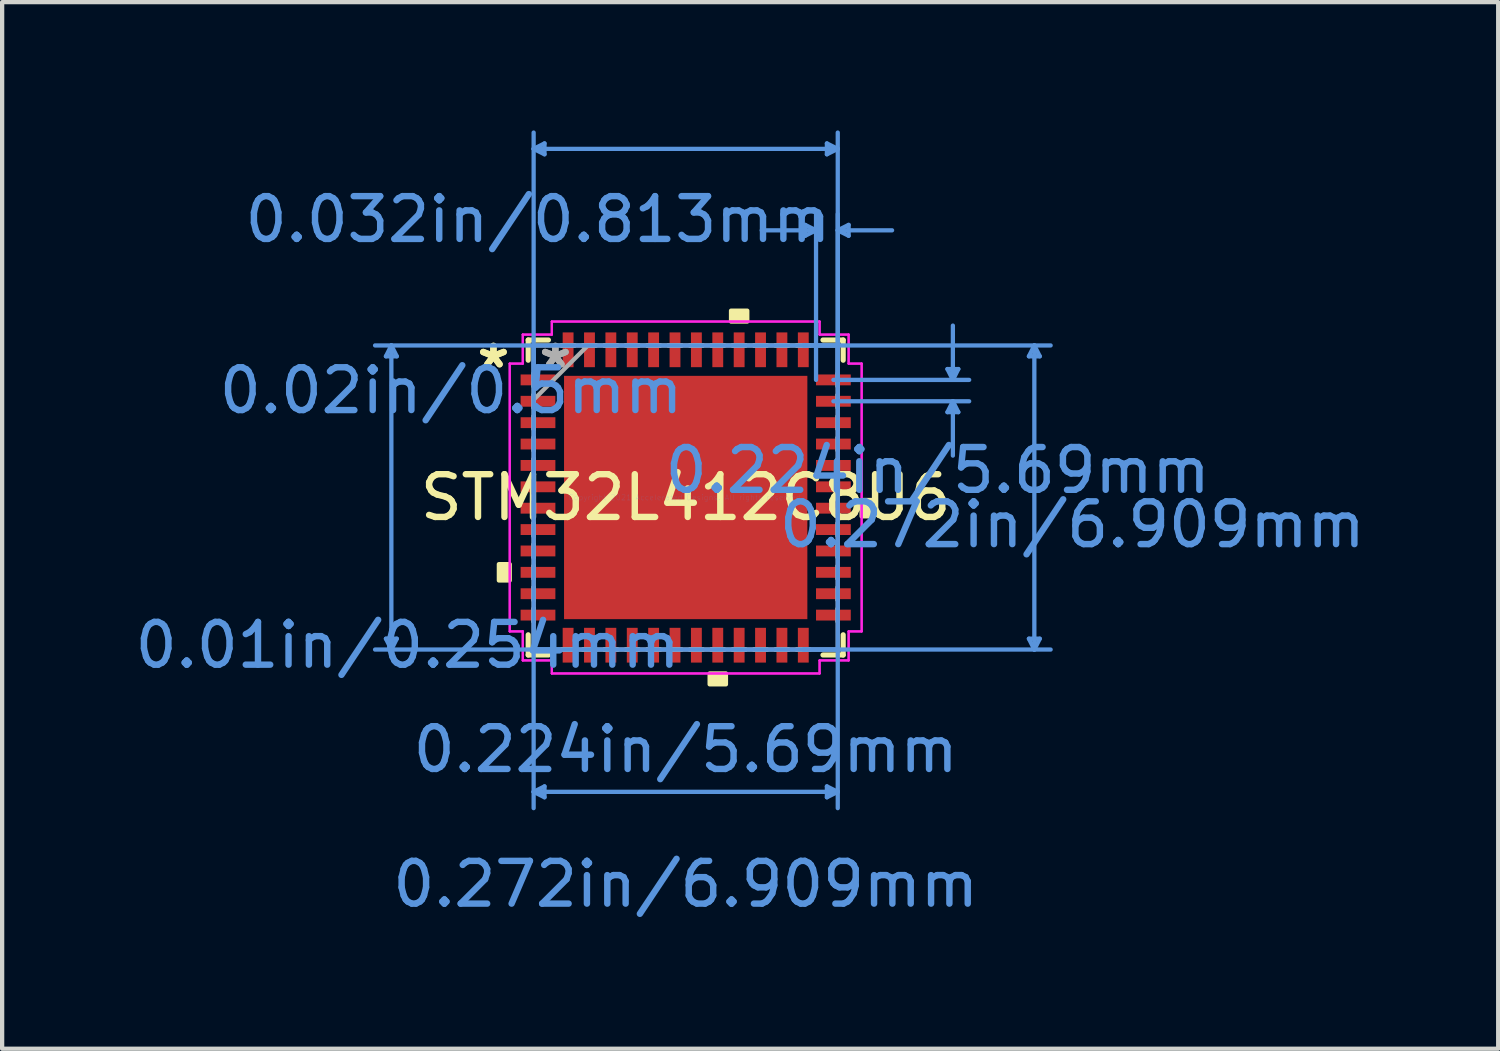
<source format=kicad_pcb>
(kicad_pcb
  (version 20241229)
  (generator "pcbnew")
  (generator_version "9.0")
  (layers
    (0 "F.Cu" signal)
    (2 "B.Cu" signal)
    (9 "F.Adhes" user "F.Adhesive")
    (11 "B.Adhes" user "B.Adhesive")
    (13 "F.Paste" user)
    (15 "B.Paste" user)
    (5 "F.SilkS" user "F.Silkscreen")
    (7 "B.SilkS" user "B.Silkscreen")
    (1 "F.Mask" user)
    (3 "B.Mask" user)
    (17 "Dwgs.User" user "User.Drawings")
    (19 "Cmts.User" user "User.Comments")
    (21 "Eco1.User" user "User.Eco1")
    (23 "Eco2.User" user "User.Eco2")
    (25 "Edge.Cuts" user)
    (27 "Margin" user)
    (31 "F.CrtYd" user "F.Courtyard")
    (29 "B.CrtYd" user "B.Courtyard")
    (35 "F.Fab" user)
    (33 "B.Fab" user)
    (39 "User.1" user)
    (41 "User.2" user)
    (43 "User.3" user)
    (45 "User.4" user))
  (footprint "STM32L412C8U6"
    (layer "F.Cu")
    (at 12.985 8.584)
    (property "Reference" "STM32L412C8U6" (at 0 0 0) (layer "F.SilkS") (effects (font (size 1 1) (thickness 0.15))))
    (attr through_hole)
    (fp_line (start -3.683 -3.683) (end -3.683 -3.21) (stroke (width 0.12) (type solid)) (layer "F.SilkS"))
    (fp_line (start -3.683 3.21) (end -3.683 3.683) (stroke (width 0.12) (type solid)) (layer "F.SilkS"))
    (fp_line (start -3.683 3.683) (end -3.21 3.683) (stroke (width 0.12) (type solid)) (layer "F.SilkS"))
    (fp_line (start -3.21 -3.683) (end -3.683 -3.683) (stroke (width 0.12) (type solid)) (layer "F.SilkS"))
    (fp_line (start 3.21 3.683) (end 3.683 3.683) (stroke (width 0.12) (type solid)) (layer "F.SilkS"))
    (fp_line (start 3.683 -3.683) (end 3.21 -3.683) (stroke (width 0.12) (type solid)) (layer "F.SilkS"))
    (fp_line (start 3.683 -3.21) (end 3.683 -3.683) (stroke (width 0.12) (type solid)) (layer "F.SilkS"))
    (fp_line (start 3.683 3.683) (end 3.683 3.21) (stroke (width 0.12) (type solid)) (layer "F.SilkS"))
    (fp_poly (pts (xy -4.369 1.559) (xy -4.369 1.94) (xy -4.115 1.94) (xy -4.115 1.559)) (stroke (width 0.1) (type solid)) (fill yes) (layer "F.SilkS"))
    (fp_poly (pts (xy 0.56 4.115) (xy 0.56 4.369) (xy 0.941 4.369) (xy 0.941 4.115)) (stroke (width 0.1) (type solid)) (fill yes) (layer "F.SilkS"))
    (fp_poly (pts (xy 1.06 -4.115) (xy 1.06 -4.369) (xy 1.44 -4.369) (xy 1.44 -4.115)) (stroke (width 0.1) (type solid)) (fill yes) (layer "F.SilkS"))
    (fp_poly (pts (xy 4.369 0.059) (xy 4.369 0.441) (xy 4.115 0.441) (xy 4.115 0.059)) (stroke (width 0.1) (type solid)) (fill yes) (layer "F.SilkS"))
    (fp_poly (pts (xy -2.745 -2.745) (xy -2.745 -1.522) (xy -1.522 -1.522) (xy -1.522 -2.745)) (stroke (width 0.1) (type solid)) (fill yes) (layer "F.Paste"))
    (fp_poly (pts (xy -2.745 -1.322) (xy -2.745 -0.1) (xy -1.522 -0.1) (xy -1.522 -1.322)) (stroke (width 0.1) (type solid)) (fill yes) (layer "F.Paste"))
    (fp_poly (pts (xy -2.745 0.1) (xy -2.745 1.322) (xy -1.522 1.322) (xy -1.522 0.1)) (stroke (width 0.1) (type solid)) (fill yes) (layer "F.Paste"))
    (fp_poly (pts (xy -2.745 1.522) (xy -2.745 2.745) (xy -1.522 2.745) (xy -1.522 1.522)) (stroke (width 0.1) (type solid)) (fill yes) (layer "F.Paste"))
    (fp_poly (pts (xy -1.322 -2.745) (xy -1.322 -1.522) (xy -0.1 -1.522) (xy -0.1 -2.745)) (stroke (width 0.1) (type solid)) (fill yes) (layer "F.Paste"))
    (fp_poly (pts (xy -1.322 -1.322) (xy -1.322 -0.1) (xy -0.1 -0.1) (xy -0.1 -1.322)) (stroke (width 0.1) (type solid)) (fill yes) (layer "F.Paste"))
    (fp_poly (pts (xy -1.322 0.1) (xy -1.322 1.322) (xy -0.1 1.322) (xy -0.1 0.1)) (stroke (width 0.1) (type solid)) (fill yes) (layer "F.Paste"))
    (fp_poly (pts (xy -1.322 1.522) (xy -1.322 2.745) (xy -0.1 2.745) (xy -0.1 1.522)) (stroke (width 0.1) (type solid)) (fill yes) (layer "F.Paste"))
    (fp_poly (pts (xy 0.1 -2.745) (xy 0.1 -1.522) (xy 1.322 -1.522) (xy 1.322 -2.745)) (stroke (width 0.1) (type solid)) (fill yes) (layer "F.Paste"))
    (fp_poly (pts (xy 0.1 -1.322) (xy 0.1 -0.1) (xy 1.322 -0.1) (xy 1.322 -1.322)) (stroke (width 0.1) (type solid)) (fill yes) (layer "F.Paste"))
    (fp_poly (pts (xy 0.1 0.1) (xy 0.1 1.322) (xy 1.322 1.322) (xy 1.322 0.1)) (stroke (width 0.1) (type solid)) (fill yes) (layer "F.Paste"))
    (fp_poly (pts (xy 0.1 1.522) (xy 0.1 2.745) (xy 1.322 2.745) (xy 1.322 1.522)) (stroke (width 0.1) (type solid)) (fill yes) (layer "F.Paste"))
    (fp_poly (pts (xy 1.522 -2.745) (xy 1.522 -1.522) (xy 2.745 -1.522) (xy 2.745 -2.745)) (stroke (width 0.1) (type solid)) (fill yes) (layer "F.Paste"))
    (fp_poly (pts (xy 1.522 -1.322) (xy 1.522 -0.1) (xy 2.745 -0.1) (xy 2.745 -1.322)) (stroke (width 0.1) (type solid)) (fill yes) (layer "F.Paste"))
    (fp_poly (pts (xy 1.522 0.1) (xy 1.522 1.322) (xy 2.745 1.322) (xy 2.745 0.1)) (stroke (width 0.1) (type solid)) (fill yes) (layer "F.Paste"))
    (fp_poly (pts (xy 1.522 1.522) (xy 1.522 2.745) (xy 2.745 2.745) (xy 2.745 1.522)) (stroke (width 0.1) (type solid)) (fill yes) (layer "F.Paste"))
    (fp_line (start -7.01 -3.302) (end -6.756 -3.302) (stroke (width 0.1) (type solid)) (layer "Cmts.User"))
    (fp_line (start -7.01 3.302) (end -6.756 3.302) (stroke (width 0.1) (type solid)) (layer "Cmts.User"))
    (fp_line (start -6.883 -3.556) (end -7.01 -3.302) (stroke (width 0.1) (type solid)) (layer "Cmts.User"))
    (fp_line (start -6.883 -3.556) (end -6.883 3.556) (stroke (width 0.1) (type solid)) (layer "Cmts.User"))
    (fp_line (start -6.883 -3.556) (end -6.756 -3.302) (stroke (width 0.1) (type solid)) (layer "Cmts.User"))
    (fp_line (start -6.883 3.556) (end -7.01 3.302) (stroke (width 0.1) (type solid)) (layer "Cmts.User"))
    (fp_line (start -6.883 3.556) (end -6.756 3.302) (stroke (width 0.1) (type solid)) (layer "Cmts.User"))
    (fp_line (start -3.556 -8.153) (end -3.302 -8.28) (stroke (width 0.1) (type solid)) (layer "Cmts.User"))
    (fp_line (start -3.556 -8.153) (end -3.302 -8.026) (stroke (width 0.1) (type solid)) (layer "Cmts.User"))
    (fp_line (start -3.556 -8.153) (end 3.556 -8.153) (stroke (width 0.1) (type solid)) (layer "Cmts.User"))
    (fp_line (start -3.556 -3.556) (end -3.556 7.264) (stroke (width 0.1) (type solid)) (layer "Cmts.User"))
    (fp_line (start -3.556 -2.75) (end -3.556 -8.534) (stroke (width 0.1) (type solid)) (layer "Cmts.User"))
    (fp_line (start -3.556 6.883) (end -3.302 6.756) (stroke (width 0.1) (type solid)) (layer "Cmts.User"))
    (fp_line (start -3.556 6.883) (end -3.302 7.01) (stroke (width 0.1) (type solid)) (layer "Cmts.User"))
    (fp_line (start -3.556 6.883) (end 3.556 6.883) (stroke (width 0.1) (type solid)) (layer "Cmts.User"))
    (fp_line (start -3.302 -8.28) (end -3.302 -8.026) (stroke (width 0.1) (type solid)) (layer "Cmts.User"))
    (fp_line (start -3.302 6.756) (end -3.302 7.01) (stroke (width 0.1) (type solid)) (layer "Cmts.User"))
    (fp_line (start 2.75 -3.556) (end 8.534 -3.556) (stroke (width 0.1) (type solid)) (layer "Cmts.User"))
    (fp_line (start 2.75 3.556) (end 8.534 3.556) (stroke (width 0.1) (type solid)) (layer "Cmts.User"))
    (fp_line (start 2.794 -6.375) (end 2.794 -6.121) (stroke (width 0.1) (type solid)) (layer "Cmts.User"))
    (fp_line (start 3.048 -6.248) (end 1.778 -6.248) (stroke (width 0.1) (type solid)) (layer "Cmts.User"))
    (fp_line (start 3.048 -6.248) (end 2.794 -6.375) (stroke (width 0.1) (type solid)) (layer "Cmts.User"))
    (fp_line (start 3.048 -6.248) (end 2.794 -6.121) (stroke (width 0.1) (type solid)) (layer "Cmts.User"))
    (fp_line (start 3.048 -2.75) (end 3.048 -6.629) (stroke (width 0.1) (type solid)) (layer "Cmts.User"))
    (fp_line (start 3.302 -8.28) (end 3.302 -8.026) (stroke (width 0.1) (type solid)) (layer "Cmts.User"))
    (fp_line (start 3.302 6.756) (end 3.302 7.01) (stroke (width 0.1) (type solid)) (layer "Cmts.User"))
    (fp_line (start 3.454 -2.75) (end 6.629 -2.75) (stroke (width 0.1) (type solid)) (layer "Cmts.User"))
    (fp_line (start 3.454 -2.25) (end 6.629 -2.25) (stroke (width 0.1) (type solid)) (layer "Cmts.User"))
    (fp_line (start 3.556 -8.153) (end 3.302 -8.28) (stroke (width 0.1) (type solid)) (layer "Cmts.User"))
    (fp_line (start 3.556 -8.153) (end 3.302 -8.026) (stroke (width 0.1) (type solid)) (layer "Cmts.User"))
    (fp_line (start 3.556 -6.248) (end 3.81 -6.375) (stroke (width 0.1) (type solid)) (layer "Cmts.User"))
    (fp_line (start 3.556 -6.248) (end 3.81 -6.121) (stroke (width 0.1) (type solid)) (layer "Cmts.User"))
    (fp_line (start 3.556 -6.248) (end 4.826 -6.248) (stroke (width 0.1) (type solid)) (layer "Cmts.User"))
    (fp_line (start 3.556 -3.556) (end -7.264 -3.556) (stroke (width 0.1) (type solid)) (layer "Cmts.User"))
    (fp_line (start 3.556 -3.556) (end 3.556 7.264) (stroke (width 0.1) (type solid)) (layer "Cmts.User"))
    (fp_line (start 3.556 -2.75) (end 3.556 -8.534) (stroke (width 0.1) (type solid)) (layer "Cmts.User"))
    (fp_line (start 3.556 -2.75) (end 3.556 -6.629) (stroke (width 0.1) (type solid)) (layer "Cmts.User"))
    (fp_line (start 3.556 3.556) (end -7.264 3.556) (stroke (width 0.1) (type solid)) (layer "Cmts.User"))
    (fp_line (start 3.556 6.883) (end 3.302 6.756) (stroke (width 0.1) (type solid)) (layer "Cmts.User"))
    (fp_line (start 3.556 6.883) (end 3.302 7.01) (stroke (width 0.1) (type solid)) (layer "Cmts.User"))
    (fp_line (start 3.81 -6.375) (end 3.81 -6.121) (stroke (width 0.1) (type solid)) (layer "Cmts.User"))
    (fp_line (start 6.121 -3.004) (end 6.375 -3.004) (stroke (width 0.1) (type solid)) (layer "Cmts.User"))
    (fp_line (start 6.121 -1.996) (end 6.375 -1.996) (stroke (width 0.1) (type solid)) (layer "Cmts.User"))
    (fp_line (start 6.248 -2.75) (end 6.121 -3.004) (stroke (width 0.1) (type solid)) (layer "Cmts.User"))
    (fp_line (start 6.248 -2.75) (end 6.248 -4.02) (stroke (width 0.1) (type solid)) (layer "Cmts.User"))
    (fp_line (start 6.248 -2.75) (end 6.375 -3.004) (stroke (width 0.1) (type solid)) (layer "Cmts.User"))
    (fp_line (start 6.248 -2.25) (end 6.121 -1.996) (stroke (width 0.1) (type solid)) (layer "Cmts.User"))
    (fp_line (start 6.248 -2.25) (end 6.248 -0.98) (stroke (width 0.1) (type solid)) (layer "Cmts.User"))
    (fp_line (start 6.248 -2.25) (end 6.375 -1.996) (stroke (width 0.1) (type solid)) (layer "Cmts.User"))
    (fp_line (start 8.026 -3.302) (end 8.28 -3.302) (stroke (width 0.1) (type solid)) (layer "Cmts.User"))
    (fp_line (start 8.026 3.302) (end 8.28 3.302) (stroke (width 0.1) (type solid)) (layer "Cmts.User"))
    (fp_line (start 8.153 -3.556) (end 8.026 -3.302) (stroke (width 0.1) (type solid)) (layer "Cmts.User"))
    (fp_line (start 8.153 -3.556) (end 8.153 3.556) (stroke (width 0.1) (type solid)) (layer "Cmts.User"))
    (fp_line (start 8.153 -3.556) (end 8.28 -3.302) (stroke (width 0.1) (type solid)) (layer "Cmts.User"))
    (fp_line (start 8.153 3.556) (end 8.026 3.302) (stroke (width 0.1) (type solid)) (layer "Cmts.User"))
    (fp_line (start 8.153 3.556) (end 8.28 3.302) (stroke (width 0.1) (type solid)) (layer "Cmts.User"))
    (fp_line (start -4.115 -3.131) (end -3.81 -3.131) (stroke (width 0.05) (type solid)) (layer "F.CrtYd"))
    (fp_line (start -4.115 -3.131) (end -3.81 -3.131) (stroke (width 0.05) (type solid)) (layer "F.CrtYd"))
    (fp_line (start -4.115 3.131) (end -4.115 -3.131) (stroke (width 0.05) (type solid)) (layer "F.CrtYd"))
    (fp_line (start -4.115 3.131) (end -4.115 -3.131) (stroke (width 0.05) (type solid)) (layer "F.CrtYd"))
    (fp_line (start -3.81 -3.81) (end -3.131 -3.81) (stroke (width 0.05) (type solid)) (layer "F.CrtYd"))
    (fp_line (start -3.81 -3.81) (end -3.131 -3.81) (stroke (width 0.05) (type solid)) (layer "F.CrtYd"))
    (fp_line (start -3.81 -3.131) (end -3.81 -3.81) (stroke (width 0.05) (type solid)) (layer "F.CrtYd"))
    (fp_line (start -3.81 -3.131) (end -3.81 -3.81) (stroke (width 0.05) (type solid)) (layer "F.CrtYd"))
    (fp_line (start -3.81 3.131) (end -4.115 3.131) (stroke (width 0.05) (type solid)) (layer "F.CrtYd"))
    (fp_line (start -3.81 3.131) (end -4.115 3.131) (stroke (width 0.05) (type solid)) (layer "F.CrtYd"))
    (fp_line (start -3.81 3.81) (end -3.81 3.131) (stroke (width 0.05) (type solid)) (layer "F.CrtYd"))
    (fp_line (start -3.81 3.81) (end -3.81 3.131) (stroke (width 0.05) (type solid)) (layer "F.CrtYd"))
    (fp_line (start -3.131 -4.115) (end 3.131 -4.115) (stroke (width 0.05) (type solid)) (layer "F.CrtYd"))
    (fp_line (start -3.131 -4.115) (end 3.131 -4.115) (stroke (width 0.05) (type solid)) (layer "F.CrtYd"))
    (fp_line (start -3.131 -3.81) (end -3.131 -4.115) (stroke (width 0.05) (type solid)) (layer "F.CrtYd"))
    (fp_line (start -3.131 -3.81) (end -3.131 -4.115) (stroke (width 0.05) (type solid)) (layer "F.CrtYd"))
    (fp_line (start -3.131 3.81) (end -3.81 3.81) (stroke (width 0.05) (type solid)) (layer "F.CrtYd"))
    (fp_line (start -3.131 3.81) (end -3.81 3.81) (stroke (width 0.05) (type solid)) (layer "F.CrtYd"))
    (fp_line (start -3.131 4.115) (end -3.131 3.81) (stroke (width 0.05) (type solid)) (layer "F.CrtYd"))
    (fp_line (start -3.131 4.115) (end -3.131 3.81) (stroke (width 0.05) (type solid)) (layer "F.CrtYd"))
    (fp_line (start 3.131 -4.115) (end 3.131 -3.81) (stroke (width 0.05) (type solid)) (layer "F.CrtYd"))
    (fp_line (start 3.131 -4.115) (end 3.131 -3.81) (stroke (width 0.05) (type solid)) (layer "F.CrtYd"))
    (fp_line (start 3.131 -3.81) (end 3.81 -3.81) (stroke (width 0.05) (type solid)) (layer "F.CrtYd"))
    (fp_line (start 3.131 -3.81) (end 3.81 -3.81) (stroke (width 0.05) (type solid)) (layer "F.CrtYd"))
    (fp_line (start 3.131 3.81) (end 3.131 4.115) (stroke (width 0.05) (type solid)) (layer "F.CrtYd"))
    (fp_line (start 3.131 3.81) (end 3.131 4.115) (stroke (width 0.05) (type solid)) (layer "F.CrtYd"))
    (fp_line (start 3.131 4.115) (end -3.131 4.115) (stroke (width 0.05) (type solid)) (layer "F.CrtYd"))
    (fp_line (start 3.131 4.115) (end -3.131 4.115) (stroke (width 0.05) (type solid)) (layer "F.CrtYd"))
    (fp_line (start 3.81 -3.81) (end 3.81 -3.131) (stroke (width 0.05) (type solid)) (layer "F.CrtYd"))
    (fp_line (start 3.81 -3.81) (end 3.81 -3.131) (stroke (width 0.05) (type solid)) (layer "F.CrtYd"))
    (fp_line (start 3.81 -3.131) (end 4.115 -3.131) (stroke (width 0.05) (type solid)) (layer "F.CrtYd"))
    (fp_line (start 3.81 -3.131) (end 4.115 -3.131) (stroke (width 0.05) (type solid)) (layer "F.CrtYd"))
    (fp_line (start 3.81 3.131) (end 3.81 3.81) (stroke (width 0.05) (type solid)) (layer "F.CrtYd"))
    (fp_line (start 3.81 3.131) (end 3.81 3.81) (stroke (width 0.05) (type solid)) (layer "F.CrtYd"))
    (fp_line (start 3.81 3.81) (end 3.131 3.81) (stroke (width 0.05) (type solid)) (layer "F.CrtYd"))
    (fp_line (start 3.81 3.81) (end 3.131 3.81) (stroke (width 0.05) (type solid)) (layer "F.CrtYd"))
    (fp_line (start 4.115 -3.131) (end 4.115 3.131) (stroke (width 0.05) (type solid)) (layer "F.CrtYd"))
    (fp_line (start 4.115 -3.131) (end 4.115 3.131) (stroke (width 0.05) (type solid)) (layer "F.CrtYd"))
    (fp_line (start 4.115 3.131) (end 3.81 3.131) (stroke (width 0.05) (type solid)) (layer "F.CrtYd"))
    (fp_line (start 4.115 3.131) (end 3.81 3.131) (stroke (width 0.05) (type solid)) (layer "F.CrtYd"))
    (fp_line (start -3.556 -3.556) (end -3.556 -3.556) (stroke (width 0.1) (type solid)) (layer "F.Fab"))
    (fp_line (start -3.556 -3.556) (end -3.556 3.556) (stroke (width 0.1) (type solid)) (layer "F.Fab"))
    (fp_line (start -3.556 -2.902) (end -3.556 -2.902) (stroke (width 0.1) (type solid)) (layer "F.Fab"))
    (fp_line (start -3.556 -2.902) (end -3.556 -2.598) (stroke (width 0.1) (type solid)) (layer "F.Fab"))
    (fp_line (start -3.556 -2.598) (end -3.556 -2.902) (stroke (width 0.1) (type solid)) (layer "F.Fab"))
    (fp_line (start -3.556 -2.598) (end -3.556 -2.598) (stroke (width 0.1) (type solid)) (layer "F.Fab"))
    (fp_line (start -3.556 -2.402) (end -3.556 -2.402) (stroke (width 0.1) (type solid)) (layer "F.Fab"))
    (fp_line (start -3.556 -2.402) (end -3.556 -2.098) (stroke (width 0.1) (type solid)) (layer "F.Fab"))
    (fp_line (start -3.556 -2.286) (end -2.286 -3.556) (stroke (width 0.1) (type solid)) (layer "F.Fab"))
    (fp_line (start -3.556 -2.098) (end -3.556 -2.402) (stroke (width 0.1) (type solid)) (layer "F.Fab"))
    (fp_line (start -3.556 -2.098) (end -3.556 -2.098) (stroke (width 0.1) (type solid)) (layer "F.Fab"))
    (fp_line (start -3.556 -1.902) (end -3.556 -1.902) (stroke (width 0.1) (type solid)) (layer "F.Fab"))
    (fp_line (start -3.556 -1.902) (end -3.556 -1.598) (stroke (width 0.1) (type solid)) (layer "F.Fab"))
    (fp_line (start -3.556 -1.598) (end -3.556 -1.902) (stroke (width 0.1) (type solid)) (layer "F.Fab"))
    (fp_line (start -3.556 -1.598) (end -3.556 -1.598) (stroke (width 0.1) (type solid)) (layer "F.Fab"))
    (fp_line (start -3.556 -1.402) (end -3.556 -1.402) (stroke (width 0.1) (type solid)) (layer "F.Fab"))
    (fp_line (start -3.556 -1.402) (end -3.556 -1.098) (stroke (width 0.1) (type solid)) (layer "F.Fab"))
    (fp_line (start -3.556 -1.098) (end -3.556 -1.402) (stroke (width 0.1) (type solid)) (layer "F.Fab"))
    (fp_line (start -3.556 -1.098) (end -3.556 -1.098) (stroke (width 0.1) (type solid)) (layer "F.Fab"))
    (fp_line (start -3.556 -0.902) (end -3.556 -0.902) (stroke (width 0.1) (type solid)) (layer "F.Fab"))
    (fp_line (start -3.556 -0.902) (end -3.556 -0.598) (stroke (width 0.1) (type solid)) (layer "F.Fab"))
    (fp_line (start -3.556 -0.598) (end -3.556 -0.902) (stroke (width 0.1) (type solid)) (layer "F.Fab"))
    (fp_line (start -3.556 -0.598) (end -3.556 -0.598) (stroke (width 0.1) (type solid)) (layer "F.Fab"))
    (fp_line (start -3.556 -0.402) (end -3.556 -0.402) (stroke (width 0.1) (type solid)) (layer "F.Fab"))
    (fp_line (start -3.556 -0.402) (end -3.556 -0.098) (stroke (width 0.1) (type solid)) (layer "F.Fab"))
    (fp_line (start -3.556 -0.098) (end -3.556 -0.402) (stroke (width 0.1) (type solid)) (layer "F.Fab"))
    (fp_line (start -3.556 -0.098) (end -3.556 -0.098) (stroke (width 0.1) (type solid)) (layer "F.Fab"))
    (fp_line (start -3.556 0.098) (end -3.556 0.098) (stroke (width 0.1) (type solid)) (layer "F.Fab"))
    (fp_line (start -3.556 0.098) (end -3.556 0.402) (stroke (width 0.1) (type solid)) (layer "F.Fab"))
    (fp_line (start -3.556 0.402) (end -3.556 0.098) (stroke (width 0.1) (type solid)) (layer "F.Fab"))
    (fp_line (start -3.556 0.402) (end -3.556 0.402) (stroke (width 0.1) (type solid)) (layer "F.Fab"))
    (fp_line (start -3.556 0.598) (end -3.556 0.598) (stroke (width 0.1) (type solid)) (layer "F.Fab"))
    (fp_line (start -3.556 0.598) (end -3.556 0.902) (stroke (width 0.1) (type solid)) (layer "F.Fab"))
    (fp_line (start -3.556 0.902) (end -3.556 0.598) (stroke (width 0.1) (type solid)) (layer "F.Fab"))
    (fp_line (start -3.556 0.902) (end -3.556 0.902) (stroke (width 0.1) (type solid)) (layer "F.Fab"))
    (fp_line (start -3.556 1.098) (end -3.556 1.098) (stroke (width 0.1) (type solid)) (layer "F.Fab"))
    (fp_line (start -3.556 1.098) (end -3.556 1.402) (stroke (width 0.1) (type solid)) (layer "F.Fab"))
    (fp_line (start -3.556 1.402) (end -3.556 1.098) (stroke (width 0.1) (type solid)) (layer "F.Fab"))
    (fp_line (start -3.556 1.402) (end -3.556 1.402) (stroke (width 0.1) (type solid)) (layer "F.Fab"))
    (fp_line (start -3.556 1.598) (end -3.556 1.598) (stroke (width 0.1) (type solid)) (layer "F.Fab"))
    (fp_line (start -3.556 1.598) (end -3.556 1.902) (stroke (width 0.1) (type solid)) (layer "F.Fab"))
    (fp_line (start -3.556 1.902) (end -3.556 1.598) (stroke (width 0.1) (type solid)) (layer "F.Fab"))
    (fp_line (start -3.556 1.902) (end -3.556 1.902) (stroke (width 0.1) (type solid)) (layer "F.Fab"))
    (fp_line (start -3.556 2.098) (end -3.556 2.098) (stroke (width 0.1) (type solid)) (layer "F.Fab"))
    (fp_line (start -3.556 2.098) (end -3.556 2.402) (stroke (width 0.1) (type solid)) (layer "F.Fab"))
    (fp_line (start -3.556 2.402) (end -3.556 2.098) (stroke (width 0.1) (type solid)) (layer "F.Fab"))
    (fp_line (start -3.556 2.402) (end -3.556 2.402) (stroke (width 0.1) (type solid)) (layer "F.Fab"))
    (fp_line (start -3.556 2.598) (end -3.556 2.598) (stroke (width 0.1) (type solid)) (layer "F.Fab"))
    (fp_line (start -3.556 2.598) (end -3.556 2.902) (stroke (width 0.1) (type solid)) (layer "F.Fab"))
    (fp_line (start -3.556 2.902) (end -3.556 2.598) (stroke (width 0.1) (type solid)) (layer "F.Fab"))
    (fp_line (start -3.556 2.902) (end -3.556 2.902) (stroke (width 0.1) (type solid)) (layer "F.Fab"))
    (fp_line (start -3.556 3.556) (end -3.556 3.556) (stroke (width 0.1) (type solid)) (layer "F.Fab"))
    (fp_line (start -3.556 3.556) (end 3.556 3.556) (stroke (width 0.1) (type solid)) (layer "F.Fab"))
    (fp_line (start -2.902 -3.556) (end -2.902 -3.556) (stroke (width 0.1) (type solid)) (layer "F.Fab"))
    (fp_line (start -2.902 -3.556) (end -2.598 -3.556) (stroke (width 0.1) (type solid)) (layer "F.Fab"))
    (fp_line (start -2.902 3.556) (end -2.902 3.556) (stroke (width 0.1) (type solid)) (layer "F.Fab"))
    (fp_line (start -2.902 3.556) (end -2.598 3.556) (stroke (width 0.1) (type solid)) (layer "F.Fab"))
    (fp_line (start -2.598 -3.556) (end -2.902 -3.556) (stroke (width 0.1) (type solid)) (layer "F.Fab"))
    (fp_line (start -2.598 -3.556) (end -2.598 -3.556) (stroke (width 0.1) (type solid)) (layer "F.Fab"))
    (fp_line (start -2.598 3.556) (end -2.902 3.556) (stroke (width 0.1) (type solid)) (layer "F.Fab"))
    (fp_line (start -2.598 3.556) (end -2.598 3.556) (stroke (width 0.1) (type solid)) (layer "F.Fab"))
    (fp_line (start -2.402 -3.556) (end -2.402 -3.556) (stroke (width 0.1) (type solid)) (layer "F.Fab"))
    (fp_line (start -2.402 -3.556) (end -2.098 -3.556) (stroke (width 0.1) (type solid)) (layer "F.Fab"))
    (fp_line (start -2.402 3.556) (end -2.402 3.556) (stroke (width 0.1) (type solid)) (layer "F.Fab"))
    (fp_line (start -2.402 3.556) (end -2.098 3.556) (stroke (width 0.1) (type solid)) (layer "F.Fab"))
    (fp_line (start -2.098 -3.556) (end -2.402 -3.556) (stroke (width 0.1) (type solid)) (layer "F.Fab"))
    (fp_line (start -2.098 -3.556) (end -2.098 -3.556) (stroke (width 0.1) (type solid)) (layer "F.Fab"))
    (fp_line (start -2.098 3.556) (end -2.402 3.556) (stroke (width 0.1) (type solid)) (layer "F.Fab"))
    (fp_line (start -2.098 3.556) (end -2.098 3.556) (stroke (width 0.1) (type solid)) (layer "F.Fab"))
    (fp_line (start -1.902 -3.556) (end -1.902 -3.556) (stroke (width 0.1) (type solid)) (layer "F.Fab"))
    (fp_line (start -1.902 -3.556) (end -1.598 -3.556) (stroke (width 0.1) (type solid)) (layer "F.Fab"))
    (fp_line (start -1.902 3.556) (end -1.902 3.556) (stroke (width 0.1) (type solid)) (layer "F.Fab"))
    (fp_line (start -1.902 3.556) (end -1.598 3.556) (stroke (width 0.1) (type solid)) (layer "F.Fab"))
    (fp_line (start -1.598 -3.556) (end -1.902 -3.556) (stroke (width 0.1) (type solid)) (layer "F.Fab"))
    (fp_line (start -1.598 -3.556) (end -1.598 -3.556) (stroke (width 0.1) (type solid)) (layer "F.Fab"))
    (fp_line (start -1.598 3.556) (end -1.902 3.556) (stroke (width 0.1) (type solid)) (layer "F.Fab"))
    (fp_line (start -1.598 3.556) (end -1.598 3.556) (stroke (width 0.1) (type solid)) (layer "F.Fab"))
    (fp_line (start -1.402 -3.556) (end -1.402 -3.556) (stroke (width 0.1) (type solid)) (layer "F.Fab"))
    (fp_line (start -1.402 -3.556) (end -1.098 -3.556) (stroke (width 0.1) (type solid)) (layer "F.Fab"))
    (fp_line (start -1.402 3.556) (end -1.402 3.556) (stroke (width 0.1) (type solid)) (layer "F.Fab"))
    (fp_line (start -1.402 3.556) (end -1.098 3.556) (stroke (width 0.1) (type solid)) (layer "F.Fab"))
    (fp_line (start -1.098 -3.556) (end -1.402 -3.556) (stroke (width 0.1) (type solid)) (layer "F.Fab"))
    (fp_line (start -1.098 -3.556) (end -1.098 -3.556) (stroke (width 0.1) (type solid)) (layer "F.Fab"))
    (fp_line (start -1.098 3.556) (end -1.402 3.556) (stroke (width 0.1) (type solid)) (layer "F.Fab"))
    (fp_line (start -1.098 3.556) (end -1.098 3.556) (stroke (width 0.1) (type solid)) (layer "F.Fab"))
    (fp_line (start -0.902 -3.556) (end -0.902 -3.556) (stroke (width 0.1) (type solid)) (layer "F.Fab"))
    (fp_line (start -0.902 -3.556) (end -0.598 -3.556) (stroke (width 0.1) (type solid)) (layer "F.Fab"))
    (fp_line (start -0.902 3.556) (end -0.902 3.556) (stroke (width 0.1) (type solid)) (layer "F.Fab"))
    (fp_line (start -0.902 3.556) (end -0.598 3.556) (stroke (width 0.1) (type solid)) (layer "F.Fab"))
    (fp_line (start -0.598 -3.556) (end -0.902 -3.556) (stroke (width 0.1) (type solid)) (layer "F.Fab"))
    (fp_line (start -0.598 -3.556) (end -0.598 -3.556) (stroke (width 0.1) (type solid)) (layer "F.Fab"))
    (fp_line (start -0.598 3.556) (end -0.902 3.556) (stroke (width 0.1) (type solid)) (layer "F.Fab"))
    (fp_line (start -0.598 3.556) (end -0.598 3.556) (stroke (width 0.1) (type solid)) (layer "F.Fab"))
    (fp_line (start -0.402 -3.556) (end -0.402 -3.556) (stroke (width 0.1) (type solid)) (layer "F.Fab"))
    (fp_line (start -0.402 -3.556) (end -0.098 -3.556) (stroke (width 0.1) (type solid)) (layer "F.Fab"))
    (fp_line (start -0.402 3.556) (end -0.402 3.556) (stroke (width 0.1) (type solid)) (layer "F.Fab"))
    (fp_line (start -0.402 3.556) (end -0.098 3.556) (stroke (width 0.1) (type solid)) (layer "F.Fab"))
    (fp_line (start -0.098 -3.556) (end -0.402 -3.556) (stroke (width 0.1) (type solid)) (layer "F.Fab"))
    (fp_line (start -0.098 -3.556) (end -0.098 -3.556) (stroke (width 0.1) (type solid)) (layer "F.Fab"))
    (fp_line (start -0.098 3.556) (end -0.402 3.556) (stroke (width 0.1) (type solid)) (layer "F.Fab"))
    (fp_line (start -0.098 3.556) (end -0.098 3.556) (stroke (width 0.1) (type solid)) (layer "F.Fab"))
    (fp_line (start 0.098 -3.556) (end 0.098 -3.556) (stroke (width 0.1) (type solid)) (layer "F.Fab"))
    (fp_line (start 0.098 -3.556) (end 0.402 -3.556) (stroke (width 0.1) (type solid)) (layer "F.Fab"))
    (fp_line (start 0.098 3.556) (end 0.098 3.556) (stroke (width 0.1) (type solid)) (layer "F.Fab"))
    (fp_line (start 0.098 3.556) (end 0.402 3.556) (stroke (width 0.1) (type solid)) (layer "F.Fab"))
    (fp_line (start 0.402 -3.556) (end 0.098 -3.556) (stroke (width 0.1) (type solid)) (layer "F.Fab"))
    (fp_line (start 0.402 -3.556) (end 0.402 -3.556) (stroke (width 0.1) (type solid)) (layer "F.Fab"))
    (fp_line (start 0.402 3.556) (end 0.098 3.556) (stroke (width 0.1) (type solid)) (layer "F.Fab"))
    (fp_line (start 0.402 3.556) (end 0.402 3.556) (stroke (width 0.1) (type solid)) (layer "F.Fab"))
    (fp_line (start 0.598 -3.556) (end 0.598 -3.556) (stroke (width 0.1) (type solid)) (layer "F.Fab"))
    (fp_line (start 0.598 -3.556) (end 0.902 -3.556) (stroke (width 0.1) (type solid)) (layer "F.Fab"))
    (fp_line (start 0.598 3.556) (end 0.598 3.556) (stroke (width 0.1) (type solid)) (layer "F.Fab"))
    (fp_line (start 0.598 3.556) (end 0.902 3.556) (stroke (width 0.1) (type solid)) (layer "F.Fab"))
    (fp_line (start 0.902 -3.556) (end 0.598 -3.556) (stroke (width 0.1) (type solid)) (layer "F.Fab"))
    (fp_line (start 0.902 -3.556) (end 0.902 -3.556) (stroke (width 0.1) (type solid)) (layer "F.Fab"))
    (fp_line (start 0.902 3.556) (end 0.598 3.556) (stroke (width 0.1) (type solid)) (layer "F.Fab"))
    (fp_line (start 0.902 3.556) (end 0.902 3.556) (stroke (width 0.1) (type solid)) (layer "F.Fab"))
    (fp_line (start 1.098 -3.556) (end 1.098 -3.556) (stroke (width 0.1) (type solid)) (layer "F.Fab"))
    (fp_line (start 1.098 -3.556) (end 1.402 -3.556) (stroke (width 0.1) (type solid)) (layer "F.Fab"))
    (fp_line (start 1.098 3.556) (end 1.098 3.556) (stroke (width 0.1) (type solid)) (layer "F.Fab"))
    (fp_line (start 1.098 3.556) (end 1.402 3.556) (stroke (width 0.1) (type solid)) (layer "F.Fab"))
    (fp_line (start 1.402 -3.556) (end 1.098 -3.556) (stroke (width 0.1) (type solid)) (layer "F.Fab"))
    (fp_line (start 1.402 -3.556) (end 1.402 -3.556) (stroke (width 0.1) (type solid)) (layer "F.Fab"))
    (fp_line (start 1.402 3.556) (end 1.098 3.556) (stroke (width 0.1) (type solid)) (layer "F.Fab"))
    (fp_line (start 1.402 3.556) (end 1.402 3.556) (stroke (width 0.1) (type solid)) (layer "F.Fab"))
    (fp_line (start 1.598 -3.556) (end 1.598 -3.556) (stroke (width 0.1) (type solid)) (layer "F.Fab"))
    (fp_line (start 1.598 -3.556) (end 1.902 -3.556) (stroke (width 0.1) (type solid)) (layer "F.Fab"))
    (fp_line (start 1.598 3.556) (end 1.598 3.556) (stroke (width 0.1) (type solid)) (layer "F.Fab"))
    (fp_line (start 1.598 3.556) (end 1.902 3.556) (stroke (width 0.1) (type solid)) (layer "F.Fab"))
    (fp_line (start 1.902 -3.556) (end 1.598 -3.556) (stroke (width 0.1) (type solid)) (layer "F.Fab"))
    (fp_line (start 1.902 -3.556) (end 1.902 -3.556) (stroke (width 0.1) (type solid)) (layer "F.Fab"))
    (fp_line (start 1.902 3.556) (end 1.598 3.556) (stroke (width 0.1) (type solid)) (layer "F.Fab"))
    (fp_line (start 1.902 3.556) (end 1.902 3.556) (stroke (width 0.1) (type solid)) (layer "F.Fab"))
    (fp_line (start 2.098 -3.556) (end 2.098 -3.556) (stroke (width 0.1) (type solid)) (layer "F.Fab"))
    (fp_line (start 2.098 -3.556) (end 2.402 -3.556) (stroke (width 0.1) (type solid)) (layer "F.Fab"))
    (fp_line (start 2.098 3.556) (end 2.098 3.556) (stroke (width 0.1) (type solid)) (layer "F.Fab"))
    (fp_line (start 2.098 3.556) (end 2.402 3.556) (stroke (width 0.1) (type solid)) (layer "F.Fab"))
    (fp_line (start 2.402 -3.556) (end 2.098 -3.556) (stroke (width 0.1) (type solid)) (layer "F.Fab"))
    (fp_line (start 2.402 -3.556) (end 2.402 -3.556) (stroke (width 0.1) (type solid)) (layer "F.Fab"))
    (fp_line (start 2.402 3.556) (end 2.098 3.556) (stroke (width 0.1) (type solid)) (layer "F.Fab"))
    (fp_line (start 2.402 3.556) (end 2.402 3.556) (stroke (width 0.1) (type solid)) (layer "F.Fab"))
    (fp_line (start 2.598 -3.556) (end 2.598 -3.556) (stroke (width 0.1) (type solid)) (layer "F.Fab"))
    (fp_line (start 2.598 -3.556) (end 2.902 -3.556) (stroke (width 0.1) (type solid)) (layer "F.Fab"))
    (fp_line (start 2.598 3.556) (end 2.598 3.556) (stroke (width 0.1) (type solid)) (layer "F.Fab"))
    (fp_line (start 2.598 3.556) (end 2.902 3.556) (stroke (width 0.1) (type solid)) (layer "F.Fab"))
    (fp_line (start 2.902 -3.556) (end 2.598 -3.556) (stroke (width 0.1) (type solid)) (layer "F.Fab"))
    (fp_line (start 2.902 -3.556) (end 2.902 -3.556) (stroke (width 0.1) (type solid)) (layer "F.Fab"))
    (fp_line (start 2.902 3.556) (end 2.598 3.556) (stroke (width 0.1) (type solid)) (layer "F.Fab"))
    (fp_line (start 2.902 3.556) (end 2.902 3.556) (stroke (width 0.1) (type solid)) (layer "F.Fab"))
    (fp_line (start 3.556 -3.556) (end -3.556 -3.556) (stroke (width 0.1) (type solid)) (layer "F.Fab"))
    (fp_line (start 3.556 -3.556) (end 3.556 -3.556) (stroke (width 0.1) (type solid)) (layer "F.Fab"))
    (fp_line (start 3.556 -2.902) (end 3.556 -2.902) (stroke (width 0.1) (type solid)) (layer "F.Fab"))
    (fp_line (start 3.556 -2.902) (end 3.556 -2.598) (stroke (width 0.1) (type solid)) (layer "F.Fab"))
    (fp_line (start 3.556 -2.598) (end 3.556 -2.902) (stroke (width 0.1) (type solid)) (layer "F.Fab"))
    (fp_line (start 3.556 -2.598) (end 3.556 -2.598) (stroke (width 0.1) (type solid)) (layer "F.Fab"))
    (fp_line (start 3.556 -2.402) (end 3.556 -2.402) (stroke (width 0.1) (type solid)) (layer "F.Fab"))
    (fp_line (start 3.556 -2.402) (end 3.556 -2.098) (stroke (width 0.1) (type solid)) (layer "F.Fab"))
    (fp_line (start 3.556 -2.098) (end 3.556 -2.402) (stroke (width 0.1) (type solid)) (layer "F.Fab"))
    (fp_line (start 3.556 -2.098) (end 3.556 -2.098) (stroke (width 0.1) (type solid)) (layer "F.Fab"))
    (fp_line (start 3.556 -1.902) (end 3.556 -1.902) (stroke (width 0.1) (type solid)) (layer "F.Fab"))
    (fp_line (start 3.556 -1.902) (end 3.556 -1.598) (stroke (width 0.1) (type solid)) (layer "F.Fab"))
    (fp_line (start 3.556 -1.598) (end 3.556 -1.902) (stroke (width 0.1) (type solid)) (layer "F.Fab"))
    (fp_line (start 3.556 -1.598) (end 3.556 -1.598) (stroke (width 0.1) (type solid)) (layer "F.Fab"))
    (fp_line (start 3.556 -1.402) (end 3.556 -1.402) (stroke (width 0.1) (type solid)) (layer "F.Fab"))
    (fp_line (start 3.556 -1.402) (end 3.556 -1.098) (stroke (width 0.1) (type solid)) (layer "F.Fab"))
    (fp_line (start 3.556 -1.098) (end 3.556 -1.402) (stroke (width 0.1) (type solid)) (layer "F.Fab"))
    (fp_line (start 3.556 -1.098) (end 3.556 -1.098) (stroke (width 0.1) (type solid)) (layer "F.Fab"))
    (fp_line (start 3.556 -0.902) (end 3.556 -0.902) (stroke (width 0.1) (type solid)) (layer "F.Fab"))
    (fp_line (start 3.556 -0.902) (end 3.556 -0.598) (stroke (width 0.1) (type solid)) (layer "F.Fab"))
    (fp_line (start 3.556 -0.598) (end 3.556 -0.902) (stroke (width 0.1) (type solid)) (layer "F.Fab"))
    (fp_line (start 3.556 -0.598) (end 3.556 -0.598) (stroke (width 0.1) (type solid)) (layer "F.Fab"))
    (fp_line (start 3.556 -0.402) (end 3.556 -0.402) (stroke (width 0.1) (type solid)) (layer "F.Fab"))
    (fp_line (start 3.556 -0.402) (end 3.556 -0.098) (stroke (width 0.1) (type solid)) (layer "F.Fab"))
    (fp_line (start 3.556 -0.098) (end 3.556 -0.402) (stroke (width 0.1) (type solid)) (layer "F.Fab"))
    (fp_line (start 3.556 -0.098) (end 3.556 -0.098) (stroke (width 0.1) (type solid)) (layer "F.Fab"))
    (fp_line (start 3.556 0.098) (end 3.556 0.098) (stroke (width 0.1) (type solid)) (layer "F.Fab"))
    (fp_line (start 3.556 0.098) (end 3.556 0.402) (stroke (width 0.1) (type solid)) (layer "F.Fab"))
    (fp_line (start 3.556 0.402) (end 3.556 0.098) (stroke (width 0.1) (type solid)) (layer "F.Fab"))
    (fp_line (start 3.556 0.402) (end 3.556 0.402) (stroke (width 0.1) (type solid)) (layer "F.Fab"))
    (fp_line (start 3.556 0.598) (end 3.556 0.598) (stroke (width 0.1) (type solid)) (layer "F.Fab"))
    (fp_line (start 3.556 0.598) (end 3.556 0.902) (stroke (width 0.1) (type solid)) (layer "F.Fab"))
    (fp_line (start 3.556 0.902) (end 3.556 0.598) (stroke (width 0.1) (type solid)) (layer "F.Fab"))
    (fp_line (start 3.556 0.902) (end 3.556 0.902) (stroke (width 0.1) (type solid)) (layer "F.Fab"))
    (fp_line (start 3.556 1.098) (end 3.556 1.098) (stroke (width 0.1) (type solid)) (layer "F.Fab"))
    (fp_line (start 3.556 1.098) (end 3.556 1.402) (stroke (width 0.1) (type solid)) (layer "F.Fab"))
    (fp_line (start 3.556 1.402) (end 3.556 1.098) (stroke (width 0.1) (type solid)) (layer "F.Fab"))
    (fp_line (start 3.556 1.402) (end 3.556 1.402) (stroke (width 0.1) (type solid)) (layer "F.Fab"))
    (fp_line (start 3.556 1.598) (end 3.556 1.598) (stroke (width 0.1) (type solid)) (layer "F.Fab"))
    (fp_line (start 3.556 1.598) (end 3.556 1.902) (stroke (width 0.1) (type solid)) (layer "F.Fab"))
    (fp_line (start 3.556 1.902) (end 3.556 1.598) (stroke (width 0.1) (type solid)) (layer "F.Fab"))
    (fp_line (start 3.556 1.902) (end 3.556 1.902) (stroke (width 0.1) (type solid)) (layer "F.Fab"))
    (fp_line (start 3.556 2.098) (end 3.556 2.098) (stroke (width 0.1) (type solid)) (layer "F.Fab"))
    (fp_line (start 3.556 2.098) (end 3.556 2.402) (stroke (width 0.1) (type solid)) (layer "F.Fab"))
    (fp_line (start 3.556 2.402) (end 3.556 2.098) (stroke (width 0.1) (type solid)) (layer "F.Fab"))
    (fp_line (start 3.556 2.402) (end 3.556 2.402) (stroke (width 0.1) (type solid)) (layer "F.Fab"))
    (fp_line (start 3.556 2.598) (end 3.556 2.598) (stroke (width 0.1) (type solid)) (layer "F.Fab"))
    (fp_line (start 3.556 2.598) (end 3.556 2.902) (stroke (width 0.1) (type solid)) (layer "F.Fab"))
    (fp_line (start 3.556 2.902) (end 3.556 2.598) (stroke (width 0.1) (type solid)) (layer "F.Fab"))
    (fp_line (start 3.556 2.902) (end 3.556 2.902) (stroke (width 0.1) (type solid)) (layer "F.Fab"))
    (fp_line (start 3.556 3.556) (end 3.556 -3.556) (stroke (width 0.1) (type solid)) (layer "F.Fab"))
    (fp_line (start 3.556 3.556) (end 3.556 3.556) (stroke (width 0.1) (type solid)) (layer "F.Fab"))
    (fp_text user "*" (at -4.496 -3 0) (layer "F.SilkS") (effects (font (size 1 1) (thickness 0.15))))
    (fp_text user "*" (at -4.496 -3 0) (layer "F.SilkS") (effects (font (size 1 1) (thickness 0.15))))
    (fp_text user "Copyright 2021 Accelerated Designs. All rights reserved." (at 0 0 0) (layer "Cmts.User") (effects (font (size 0.127 0.127) (thickness 0.002))))
    (fp_text user "0.272in/6.909mm" (at 9.042 0.635 0) (layer "Cmts.User") (effects (font (size 1 1) (thickness 0.15))))
    (fp_text user "0.02in/0.5mm" (at -5.486 -2.5 0) (layer "Cmts.User") (effects (font (size 1 1) (thickness 0.15))))
    (fp_text user "0.01in/0.254mm" (at -6.502 3.454 0) (layer "Cmts.User") (effects (font (size 1 1) (thickness 0.15))))
    (fp_text user "0.224in/5.69mm" (at 5.893 -0.635 0) (layer "Cmts.User") (effects (font (size 1 1) (thickness 0.15))))
    (fp_text user "0.224in/5.69mm" (at 0 5.893 0) (layer "Cmts.User") (effects (font (size 1 1) (thickness 0.15))))
    (fp_text user "0.032in/0.813mm" (at -3.454 -6.502 0) (layer "Cmts.User") (effects (font (size 1 1) (thickness 0.15))))
    (fp_text user "0.272in/6.909mm" (at 0 9.042 0) (layer "Cmts.User") (effects (font (size 1 1) (thickness 0.15))))
    (fp_text user "*" (at -3.048 -3 0) (layer "F.Fab") (effects (font (size 1 1) (thickness 0.15))))
    (fp_text user "*" (at -3.048 -3 0) (layer "F.Fab") (effects (font (size 1 1) (thickness 0.15))))
    (pad "1" smd rect (at -3.454 -2.75 90) (size 0.254 0.813) (layers "F.Cu" "F.Mask" "F.Paste"))
    (pad "2" smd rect (at -3.454 -2.25 90) (size 0.254 0.813) (layers "F.Cu" "F.Mask" "F.Paste"))
    (pad "3" smd rect (at -3.454 -1.75 90) (size 0.254 0.813) (layers "F.Cu" "F.Mask" "F.Paste"))
    (pad "4" smd rect (at -3.454 -1.25 90) (size 0.254 0.813) (layers "F.Cu" "F.Mask" "F.Paste"))
    (pad "5" smd rect (at -3.454 -0.75 90) (size 0.254 0.813) (layers "F.Cu" "F.Mask" "F.Paste"))
    (pad "6" smd rect (at -3.454 -0.25 90) (size 0.254 0.813) (layers "F.Cu" "F.Mask" "F.Paste"))
    (pad "7" smd rect (at -3.454 0.25 90) (size 0.254 0.813) (layers "F.Cu" "F.Mask" "F.Paste"))
    (pad "8" smd rect (at -3.454 0.75 90) (size 0.254 0.813) (layers "F.Cu" "F.Mask" "F.Paste"))
    (pad "9" smd rect (at -3.454 1.25 90) (size 0.254 0.813) (layers "F.Cu" "F.Mask" "F.Paste"))
    (pad "10" smd rect (at -3.454 1.75 90) (size 0.254 0.813) (layers "F.Cu" "F.Mask" "F.Paste"))
    (pad "11" smd rect (at -3.454 2.25 90) (size 0.254 0.813) (layers "F.Cu" "F.Mask" "F.Paste"))
    (pad "12" smd rect (at -3.454 2.75 90) (size 0.254 0.813) (layers "F.Cu" "F.Mask" "F.Paste"))
    (pad "13" smd rect (at -2.75 3.454) (size 0.254 0.813) (layers "F.Cu" "F.Mask" "F.Paste"))
    (pad "14" smd rect (at -2.25 3.454) (size 0.254 0.813) (layers "F.Cu" "F.Mask" "F.Paste"))
    (pad "15" smd rect (at -1.75 3.454) (size 0.254 0.813) (layers "F.Cu" "F.Mask" "F.Paste"))
    (pad "16" smd rect (at -1.25 3.454) (size 0.254 0.813) (layers "F.Cu" "F.Mask" "F.Paste"))
    (pad "17" smd rect (at -0.75 3.454) (size 0.254 0.813) (layers "F.Cu" "F.Mask" "F.Paste"))
    (pad "18" smd rect (at -0.25 3.454) (size 0.254 0.813) (layers "F.Cu" "F.Mask" "F.Paste"))
    (pad "19" smd rect (at 0.25 3.454) (size 0.254 0.813) (layers "F.Cu" "F.Mask" "F.Paste"))
    (pad "20" smd rect (at 0.75 3.454) (size 0.254 0.813) (layers "F.Cu" "F.Mask" "F.Paste"))
    (pad "21" smd rect (at 1.25 3.454) (size 0.254 0.813) (layers "F.Cu" "F.Mask" "F.Paste"))
    (pad "22" smd rect (at 1.75 3.454) (size 0.254 0.813) (layers "F.Cu" "F.Mask" "F.Paste"))
    (pad "23" smd rect (at 2.25 3.454) (size 0.254 0.813) (layers "F.Cu" "F.Mask" "F.Paste"))
    (pad "24" smd rect (at 2.75 3.454) (size 0.254 0.813) (layers "F.Cu" "F.Mask" "F.Paste"))
    (pad "25" smd rect (at 3.454 2.75 90) (size 0.254 0.813) (layers "F.Cu" "F.Mask" "F.Paste"))
    (pad "26" smd rect (at 3.454 2.25 90) (size 0.254 0.813) (layers "F.Cu" "F.Mask" "F.Paste"))
    (pad "27" smd rect (at 3.454 1.75 90) (size 0.254 0.813) (layers "F.Cu" "F.Mask" "F.Paste"))
    (pad "28" smd rect (at 3.454 1.25 90) (size 0.254 0.813) (layers "F.Cu" "F.Mask" "F.Paste"))
    (pad "29" smd rect (at 3.454 0.75 90) (size 0.254 0.813) (layers "F.Cu" "F.Mask" "F.Paste"))
    (pad "30" smd rect (at 3.454 0.25 90) (size 0.254 0.813) (layers "F.Cu" "F.Mask" "F.Paste"))
    (pad "31" smd rect (at 3.454 -0.25 90) (size 0.254 0.813) (layers "F.Cu" "F.Mask" "F.Paste"))
    (pad "32" smd rect (at 3.454 -0.75 90) (size 0.254 0.813) (layers "F.Cu" "F.Mask" "F.Paste"))
    (pad "33" smd rect (at 3.454 -1.25 90) (size 0.254 0.813) (layers "F.Cu" "F.Mask" "F.Paste"))
    (pad "34" smd rect (at 3.454 -1.75 90) (size 0.254 0.813) (layers "F.Cu" "F.Mask" "F.Paste"))
    (pad "35" smd rect (at 3.454 -2.25 90) (size 0.254 0.813) (layers "F.Cu" "F.Mask" "F.Paste"))
    (pad "36" smd rect (at 3.454 -2.75 90) (size 0.254 0.813) (layers "F.Cu" "F.Mask" "F.Paste"))
    (pad "37" smd rect (at 2.75 -3.454) (size 0.254 0.813) (layers "F.Cu" "F.Mask" "F.Paste"))
    (pad "38" smd rect (at 2.25 -3.454) (size 0.254 0.813) (layers "F.Cu" "F.Mask" "F.Paste"))
    (pad "39" smd rect (at 1.75 -3.454) (size 0.254 0.813) (layers "F.Cu" "F.Mask" "F.Paste"))
    (pad "40" smd rect (at 1.25 -3.454) (size 0.254 0.813) (layers "F.Cu" "F.Mask" "F.Paste"))
    (pad "41" smd rect (at 0.75 -3.454) (size 0.254 0.813) (layers "F.Cu" "F.Mask" "F.Paste"))
    (pad "42" smd rect (at 0.25 -3.454) (size 0.254 0.813) (layers "F.Cu" "F.Mask" "F.Paste"))
    (pad "43" smd rect (at -0.25 -3.454) (size 0.254 0.813) (layers "F.Cu" "F.Mask" "F.Paste"))
    (pad "44" smd rect (at -0.75 -3.454) (size 0.254 0.813) (layers "F.Cu" "F.Mask" "F.Paste"))
    (pad "45" smd rect (at -1.25 -3.454) (size 0.254 0.813) (layers "F.Cu" "F.Mask" "F.Paste"))
    (pad "46" smd rect (at -1.75 -3.454) (size 0.254 0.813) (layers "F.Cu" "F.Mask" "F.Paste"))
    (pad "47" smd rect (at -2.25 -3.454) (size 0.254 0.813) (layers "F.Cu" "F.Mask" "F.Paste"))
    (pad "48" smd rect (at -2.75 -3.454) (size 0.254 0.813) (layers "F.Cu" "F.Mask" "F.Paste"))
    (pad "49" smd rect (at 0 0) (size 5.69 5.69) (layers "F.Cu" "F.Mask")))
  (gr_rect
    (start -3 -3)
    (end 31.985 21.475)
    (stroke (width 0.1) (type default))
    (fill no)
    (layer "Edge.Cuts")))
</source>
